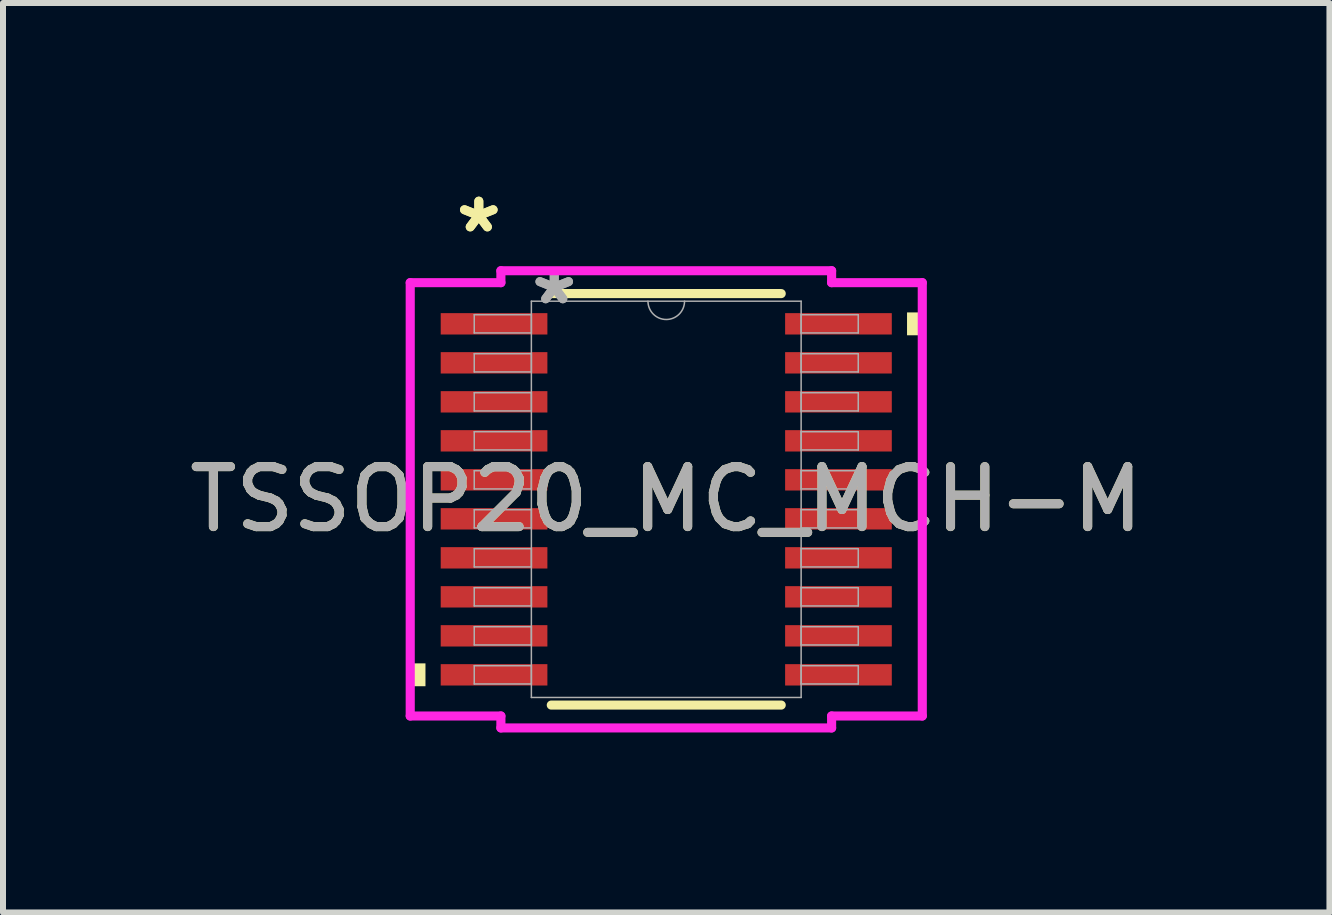
<source format=kicad_pcb>
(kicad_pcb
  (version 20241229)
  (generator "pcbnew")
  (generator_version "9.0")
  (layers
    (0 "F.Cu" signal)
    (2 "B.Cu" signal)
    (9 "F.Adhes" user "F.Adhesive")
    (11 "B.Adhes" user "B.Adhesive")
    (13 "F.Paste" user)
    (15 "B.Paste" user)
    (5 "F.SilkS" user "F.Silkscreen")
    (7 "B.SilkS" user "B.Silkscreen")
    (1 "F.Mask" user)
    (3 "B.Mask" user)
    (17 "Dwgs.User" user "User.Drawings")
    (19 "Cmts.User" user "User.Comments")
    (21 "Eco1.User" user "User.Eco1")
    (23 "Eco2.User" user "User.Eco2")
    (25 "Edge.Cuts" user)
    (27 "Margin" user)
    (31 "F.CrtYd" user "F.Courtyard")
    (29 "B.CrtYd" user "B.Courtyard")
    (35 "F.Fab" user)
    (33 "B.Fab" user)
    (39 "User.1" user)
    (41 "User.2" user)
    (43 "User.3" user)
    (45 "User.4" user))
  (footprint "TSSOP20_MC_MCH-M"
    (layer "F.Cu")
    (at 8.054 5.272)
    (property "Reference" "TSSOP20_MC_MCH-M" (at 0 0 0) (unlocked yes) (layer "F.SilkS") (effects (font (size 1 1) (thickness 0.15))))
    (attr smd)
    (fp_line (start -1.916 3.429) (end 1.916 3.429) (stroke (width 0.152) (type solid)) (layer "F.SilkS"))
    (fp_line (start 1.916 -3.429) (end -1.916 -3.429) (stroke (width 0.152) (type solid)) (layer "F.SilkS"))
    (fp_poly (pts (xy -4.267 2.734) (xy -4.267 3.115) (xy -4.013 3.115) (xy -4.013 2.734)) (stroke (width 0) (type solid)) (fill yes) (layer "F.SilkS"))
    (fp_poly (pts (xy 4.267 -3.115) (xy 4.267 -2.734) (xy 4.013 -2.734) (xy 4.013 -3.115)) (stroke (width 0) (type solid)) (fill yes) (layer "F.SilkS"))
    (fp_line (start -4.267 -3.611) (end -2.756 -3.611) (stroke (width 0.152) (type solid)) (layer "F.CrtYd"))
    (fp_line (start -4.267 3.611) (end -4.267 -3.611) (stroke (width 0.152) (type solid)) (layer "F.CrtYd"))
    (fp_line (start -4.267 3.611) (end -2.756 3.611) (stroke (width 0.152) (type solid)) (layer "F.CrtYd"))
    (fp_line (start -2.756 -3.81) (end 2.756 -3.81) (stroke (width 0.152) (type solid)) (layer "F.CrtYd"))
    (fp_line (start -2.756 -3.611) (end -2.756 -3.81) (stroke (width 0.152) (type solid)) (layer "F.CrtYd"))
    (fp_line (start -2.756 3.81) (end -2.756 3.611) (stroke (width 0.152) (type solid)) (layer "F.CrtYd"))
    (fp_line (start 2.756 -3.81) (end 2.756 -3.611) (stroke (width 0.152) (type solid)) (layer "F.CrtYd"))
    (fp_line (start 2.756 3.611) (end 2.756 3.81) (stroke (width 0.152) (type solid)) (layer "F.CrtYd"))
    (fp_line (start 2.756 3.81) (end -2.756 3.81) (stroke (width 0.152) (type solid)) (layer "F.CrtYd"))
    (fp_line (start 4.267 -3.611) (end 2.756 -3.611) (stroke (width 0.152) (type solid)) (layer "F.CrtYd"))
    (fp_line (start 4.267 -3.611) (end 4.267 3.611) (stroke (width 0.152) (type solid)) (layer "F.CrtYd"))
    (fp_line (start 4.267 3.611) (end 2.756 3.611) (stroke (width 0.152) (type solid)) (layer "F.CrtYd"))
    (fp_line (start -3.2 -3.077) (end -3.2 -2.773) (stroke (width 0.025) (type solid)) (layer "F.Fab"))
    (fp_line (start -3.2 -2.773) (end -2.248 -2.773) (stroke (width 0.025) (type solid)) (layer "F.Fab"))
    (fp_line (start -3.2 -2.427) (end -3.2 -2.123) (stroke (width 0.025) (type solid)) (layer "F.Fab"))
    (fp_line (start -3.2 -2.123) (end -2.248 -2.123) (stroke (width 0.025) (type solid)) (layer "F.Fab"))
    (fp_line (start -3.2 -1.777) (end -3.2 -1.473) (stroke (width 0.025) (type solid)) (layer "F.Fab"))
    (fp_line (start -3.2 -1.473) (end -2.248 -1.473) (stroke (width 0.025) (type solid)) (layer "F.Fab"))
    (fp_line (start -3.2 -1.127) (end -3.2 -0.823) (stroke (width 0.025) (type solid)) (layer "F.Fab"))
    (fp_line (start -3.2 -0.823) (end -2.248 -0.823) (stroke (width 0.025) (type solid)) (layer "F.Fab"))
    (fp_line (start -3.2 -0.477) (end -3.2 -0.173) (stroke (width 0.025) (type solid)) (layer "F.Fab"))
    (fp_line (start -3.2 -0.173) (end -2.248 -0.173) (stroke (width 0.025) (type solid)) (layer "F.Fab"))
    (fp_line (start -3.2 0.173) (end -3.2 0.477) (stroke (width 0.025) (type solid)) (layer "F.Fab"))
    (fp_line (start -3.2 0.477) (end -2.248 0.477) (stroke (width 0.025) (type solid)) (layer "F.Fab"))
    (fp_line (start -3.2 0.823) (end -3.2 1.127) (stroke (width 0.025) (type solid)) (layer "F.Fab"))
    (fp_line (start -3.2 1.127) (end -2.248 1.127) (stroke (width 0.025) (type solid)) (layer "F.Fab"))
    (fp_line (start -3.2 1.473) (end -3.2 1.777) (stroke (width 0.025) (type solid)) (layer "F.Fab"))
    (fp_line (start -3.2 1.777) (end -2.248 1.777) (stroke (width 0.025) (type solid)) (layer "F.Fab"))
    (fp_line (start -3.2 2.123) (end -3.2 2.427) (stroke (width 0.025) (type solid)) (layer "F.Fab"))
    (fp_line (start -3.2 2.427) (end -2.248 2.427) (stroke (width 0.025) (type solid)) (layer "F.Fab"))
    (fp_line (start -3.2 2.773) (end -3.2 3.077) (stroke (width 0.025) (type solid)) (layer "F.Fab"))
    (fp_line (start -3.2 3.077) (end -2.248 3.077) (stroke (width 0.025) (type solid)) (layer "F.Fab"))
    (fp_line (start -2.248 -3.302) (end -2.248 3.302) (stroke (width 0.025) (type solid)) (layer "F.Fab"))
    (fp_line (start -2.248 -3.077) (end -3.2 -3.077) (stroke (width 0.025) (type solid)) (layer "F.Fab"))
    (fp_line (start -2.248 -2.773) (end -2.248 -3.077) (stroke (width 0.025) (type solid)) (layer "F.Fab"))
    (fp_line (start -2.248 -2.427) (end -3.2 -2.427) (stroke (width 0.025) (type solid)) (layer "F.Fab"))
    (fp_line (start -2.248 -2.123) (end -2.248 -2.427) (stroke (width 0.025) (type solid)) (layer "F.Fab"))
    (fp_line (start -2.248 -1.777) (end -3.2 -1.777) (stroke (width 0.025) (type solid)) (layer "F.Fab"))
    (fp_line (start -2.248 -1.473) (end -2.248 -1.777) (stroke (width 0.025) (type solid)) (layer "F.Fab"))
    (fp_line (start -2.248 -1.127) (end -3.2 -1.127) (stroke (width 0.025) (type solid)) (layer "F.Fab"))
    (fp_line (start -2.248 -0.823) (end -2.248 -1.127) (stroke (width 0.025) (type solid)) (layer "F.Fab"))
    (fp_line (start -2.248 -0.477) (end -3.2 -0.477) (stroke (width 0.025) (type solid)) (layer "F.Fab"))
    (fp_line (start -2.248 -0.173) (end -2.248 -0.477) (stroke (width 0.025) (type solid)) (layer "F.Fab"))
    (fp_line (start -2.248 0.173) (end -3.2 0.173) (stroke (width 0.025) (type solid)) (layer "F.Fab"))
    (fp_line (start -2.248 0.477) (end -2.248 0.173) (stroke (width 0.025) (type solid)) (layer "F.Fab"))
    (fp_line (start -2.248 0.823) (end -3.2 0.823) (stroke (width 0.025) (type solid)) (layer "F.Fab"))
    (fp_line (start -2.248 1.127) (end -2.248 0.823) (stroke (width 0.025) (type solid)) (layer "F.Fab"))
    (fp_line (start -2.248 1.473) (end -3.2 1.473) (stroke (width 0.025) (type solid)) (layer "F.Fab"))
    (fp_line (start -2.248 1.777) (end -2.248 1.473) (stroke (width 0.025) (type solid)) (layer "F.Fab"))
    (fp_line (start -2.248 2.123) (end -3.2 2.123) (stroke (width 0.025) (type solid)) (layer "F.Fab"))
    (fp_line (start -2.248 2.427) (end -2.248 2.123) (stroke (width 0.025) (type solid)) (layer "F.Fab"))
    (fp_line (start -2.248 2.773) (end -3.2 2.773) (stroke (width 0.025) (type solid)) (layer "F.Fab"))
    (fp_line (start -2.248 3.077) (end -2.248 2.773) (stroke (width 0.025) (type solid)) (layer "F.Fab"))
    (fp_line (start -2.248 3.302) (end 2.248 3.302) (stroke (width 0.025) (type solid)) (layer "F.Fab"))
    (fp_line (start 2.248 -3.302) (end -2.248 -3.302) (stroke (width 0.025) (type solid)) (layer "F.Fab"))
    (fp_line (start 2.248 -3.077) (end 2.248 -2.773) (stroke (width 0.025) (type solid)) (layer "F.Fab"))
    (fp_line (start 2.248 -2.773) (end 3.2 -2.773) (stroke (width 0.025) (type solid)) (layer "F.Fab"))
    (fp_line (start 2.248 -2.427) (end 2.248 -2.123) (stroke (width 0.025) (type solid)) (layer "F.Fab"))
    (fp_line (start 2.248 -2.123) (end 3.2 -2.123) (stroke (width 0.025) (type solid)) (layer "F.Fab"))
    (fp_line (start 2.248 -1.777) (end 2.248 -1.473) (stroke (width 0.025) (type solid)) (layer "F.Fab"))
    (fp_line (start 2.248 -1.473) (end 3.2 -1.473) (stroke (width 0.025) (type solid)) (layer "F.Fab"))
    (fp_line (start 2.248 -1.127) (end 2.248 -0.823) (stroke (width 0.025) (type solid)) (layer "F.Fab"))
    (fp_line (start 2.248 -0.823) (end 3.2 -0.823) (stroke (width 0.025) (type solid)) (layer "F.Fab"))
    (fp_line (start 2.248 -0.477) (end 2.248 -0.173) (stroke (width 0.025) (type solid)) (layer "F.Fab"))
    (fp_line (start 2.248 -0.173) (end 3.2 -0.173) (stroke (width 0.025) (type solid)) (layer "F.Fab"))
    (fp_line (start 2.248 0.173) (end 2.248 0.477) (stroke (width 0.025) (type solid)) (layer "F.Fab"))
    (fp_line (start 2.248 0.477) (end 3.2 0.477) (stroke (width 0.025) (type solid)) (layer "F.Fab"))
    (fp_line (start 2.248 0.823) (end 2.248 1.127) (stroke (width 0.025) (type solid)) (layer "F.Fab"))
    (fp_line (start 2.248 1.127) (end 3.2 1.127) (stroke (width 0.025) (type solid)) (layer "F.Fab"))
    (fp_line (start 2.248 1.473) (end 2.248 1.777) (stroke (width 0.025) (type solid)) (layer "F.Fab"))
    (fp_line (start 2.248 1.777) (end 3.2 1.777) (stroke (width 0.025) (type solid)) (layer "F.Fab"))
    (fp_line (start 2.248 2.123) (end 2.248 2.427) (stroke (width 0.025) (type solid)) (layer "F.Fab"))
    (fp_line (start 2.248 2.427) (end 3.2 2.427) (stroke (width 0.025) (type solid)) (layer "F.Fab"))
    (fp_line (start 2.248 2.773) (end 2.248 3.077) (stroke (width 0.025) (type solid)) (layer "F.Fab"))
    (fp_line (start 2.248 3.077) (end 3.2 3.077) (stroke (width 0.025) (type solid)) (layer "F.Fab"))
    (fp_line (start 2.248 3.302) (end 2.248 -3.302) (stroke (width 0.025) (type solid)) (layer "F.Fab"))
    (fp_line (start 3.2 -3.077) (end 2.248 -3.077) (stroke (width 0.025) (type solid)) (layer "F.Fab"))
    (fp_line (start 3.2 -2.773) (end 3.2 -3.077) (stroke (width 0.025) (type solid)) (layer "F.Fab"))
    (fp_line (start 3.2 -2.427) (end 2.248 -2.427) (stroke (width 0.025) (type solid)) (layer "F.Fab"))
    (fp_line (start 3.2 -2.123) (end 3.2 -2.427) (stroke (width 0.025) (type solid)) (layer "F.Fab"))
    (fp_line (start 3.2 -1.777) (end 2.248 -1.777) (stroke (width 0.025) (type solid)) (layer "F.Fab"))
    (fp_line (start 3.2 -1.473) (end 3.2 -1.777) (stroke (width 0.025) (type solid)) (layer "F.Fab"))
    (fp_line (start 3.2 -1.127) (end 2.248 -1.127) (stroke (width 0.025) (type solid)) (layer "F.Fab"))
    (fp_line (start 3.2 -0.823) (end 3.2 -1.127) (stroke (width 0.025) (type solid)) (layer "F.Fab"))
    (fp_line (start 3.2 -0.477) (end 2.248 -0.477) (stroke (width 0.025) (type solid)) (layer "F.Fab"))
    (fp_line (start 3.2 -0.173) (end 3.2 -0.477) (stroke (width 0.025) (type solid)) (layer "F.Fab"))
    (fp_line (start 3.2 0.173) (end 2.248 0.173) (stroke (width 0.025) (type solid)) (layer "F.Fab"))
    (fp_line (start 3.2 0.477) (end 3.2 0.173) (stroke (width 0.025) (type solid)) (layer "F.Fab"))
    (fp_line (start 3.2 0.823) (end 2.248 0.823) (stroke (width 0.025) (type solid)) (layer "F.Fab"))
    (fp_line (start 3.2 1.127) (end 3.2 0.823) (stroke (width 0.025) (type solid)) (layer "F.Fab"))
    (fp_line (start 3.2 1.473) (end 2.248 1.473) (stroke (width 0.025) (type solid)) (layer "F.Fab"))
    (fp_line (start 3.2 1.777) (end 3.2 1.473) (stroke (width 0.025) (type solid)) (layer "F.Fab"))
    (fp_line (start 3.2 2.123) (end 2.248 2.123) (stroke (width 0.025) (type solid)) (layer "F.Fab"))
    (fp_line (start 3.2 2.427) (end 3.2 2.123) (stroke (width 0.025) (type solid)) (layer "F.Fab"))
    (fp_line (start 3.2 2.773) (end 2.248 2.773) (stroke (width 0.025) (type solid)) (layer "F.Fab"))
    (fp_line (start 3.2 3.077) (end 3.2 2.773) (stroke (width 0.025) (type solid)) (layer "F.Fab"))
    (fp_arc (start 0.3048 -3.302) (mid 0 -2.9972) (end -0.3048 -3.302) (stroke (width 0.0254) (type solid)) (layer "F.Fab"))
    (fp_text user "*" (at -3.124 -4.424 0) (layer "F.SilkS") (effects (font (size 1 1) (thickness 0.15))))
    (fp_text user "*" (at -3.124 -4.424 0) (unlocked yes) (layer "F.SilkS") (effects (font (size 1 1) (thickness 0.15))))
    (fp_text user "*" (at -1.867 -3.226 0) (unlocked yes) (layer "F.Fab") (effects (font (size 1 1) (thickness 0.15))))
    (fp_text user "${REFERENCE}" (at 0 0 0) (unlocked yes) (layer "F.Fab") (effects (font (size 1 1) (thickness 0.15))))
    (fp_text user "*" (at -1.867 -3.226 0) (layer "F.Fab") (effects (font (size 1 1) (thickness 0.15))))
    (pad "1" smd rect (at -2.87 -2.925) (size 1.778 0.356) (layers "F.Cu" "F.Mask" "F.Paste"))
    (pad "2" smd rect (at -2.87 -2.275) (size 1.778 0.356) (layers "F.Cu" "F.Mask" "F.Paste"))
    (pad "3" smd rect (at -2.87 -1.625) (size 1.778 0.356) (layers "F.Cu" "F.Mask" "F.Paste"))
    (pad "4" smd rect (at -2.87 -0.975) (size 1.778 0.356) (layers "F.Cu" "F.Mask" "F.Paste"))
    (pad "5" smd rect (at -2.87 -0.325) (size 1.778 0.356) (layers "F.Cu" "F.Mask" "F.Paste"))
    (pad "6" smd rect (at -2.87 0.325) (size 1.778 0.356) (layers "F.Cu" "F.Mask" "F.Paste"))
    (pad "7" smd rect (at -2.87 0.975) (size 1.778 0.356) (layers "F.Cu" "F.Mask" "F.Paste"))
    (pad "8" smd rect (at -2.87 1.625) (size 1.778 0.356) (layers "F.Cu" "F.Mask" "F.Paste"))
    (pad "9" smd rect (at -2.87 2.275) (size 1.778 0.356) (layers "F.Cu" "F.Mask" "F.Paste"))
    (pad "10" smd rect (at -2.87 2.925) (size 1.778 0.356) (layers "F.Cu" "F.Mask" "F.Paste"))
    (pad "11" smd rect (at 2.87 2.925) (size 1.778 0.356) (layers "F.Cu" "F.Mask" "F.Paste"))
    (pad "12" smd rect (at 2.87 2.275) (size 1.778 0.356) (layers "F.Cu" "F.Mask" "F.Paste"))
    (pad "13" smd rect (at 2.87 1.625) (size 1.778 0.356) (layers "F.Cu" "F.Mask" "F.Paste"))
    (pad "14" smd rect (at 2.87 0.975) (size 1.778 0.356) (layers "F.Cu" "F.Mask" "F.Paste"))
    (pad "15" smd rect (at 2.87 0.325) (size 1.778 0.356) (layers "F.Cu" "F.Mask" "F.Paste"))
    (pad "16" smd rect (at 2.87 -0.325) (size 1.778 0.356) (layers "F.Cu" "F.Mask" "F.Paste"))
    (pad "17" smd rect (at 2.87 -0.975) (size 1.778 0.356) (layers "F.Cu" "F.Mask" "F.Paste"))
    (pad "18" smd rect (at 2.87 -1.625) (size 1.778 0.356) (layers "F.Cu" "F.Mask" "F.Paste"))
    (pad "19" smd rect (at 2.87 -2.275) (size 1.778 0.356) (layers "F.Cu" "F.Mask" "F.Paste"))
    (pad "20" smd rect (at 2.87 -2.925) (size 1.778 0.356) (layers "F.Cu" "F.Mask" "F.Paste")))
  (gr_rect
    (start -3 -3)
    (end 19.107 12.158)
    (stroke (width 0.1) (type default))
    (fill no)
    (layer "Edge.Cuts")))
</source>
